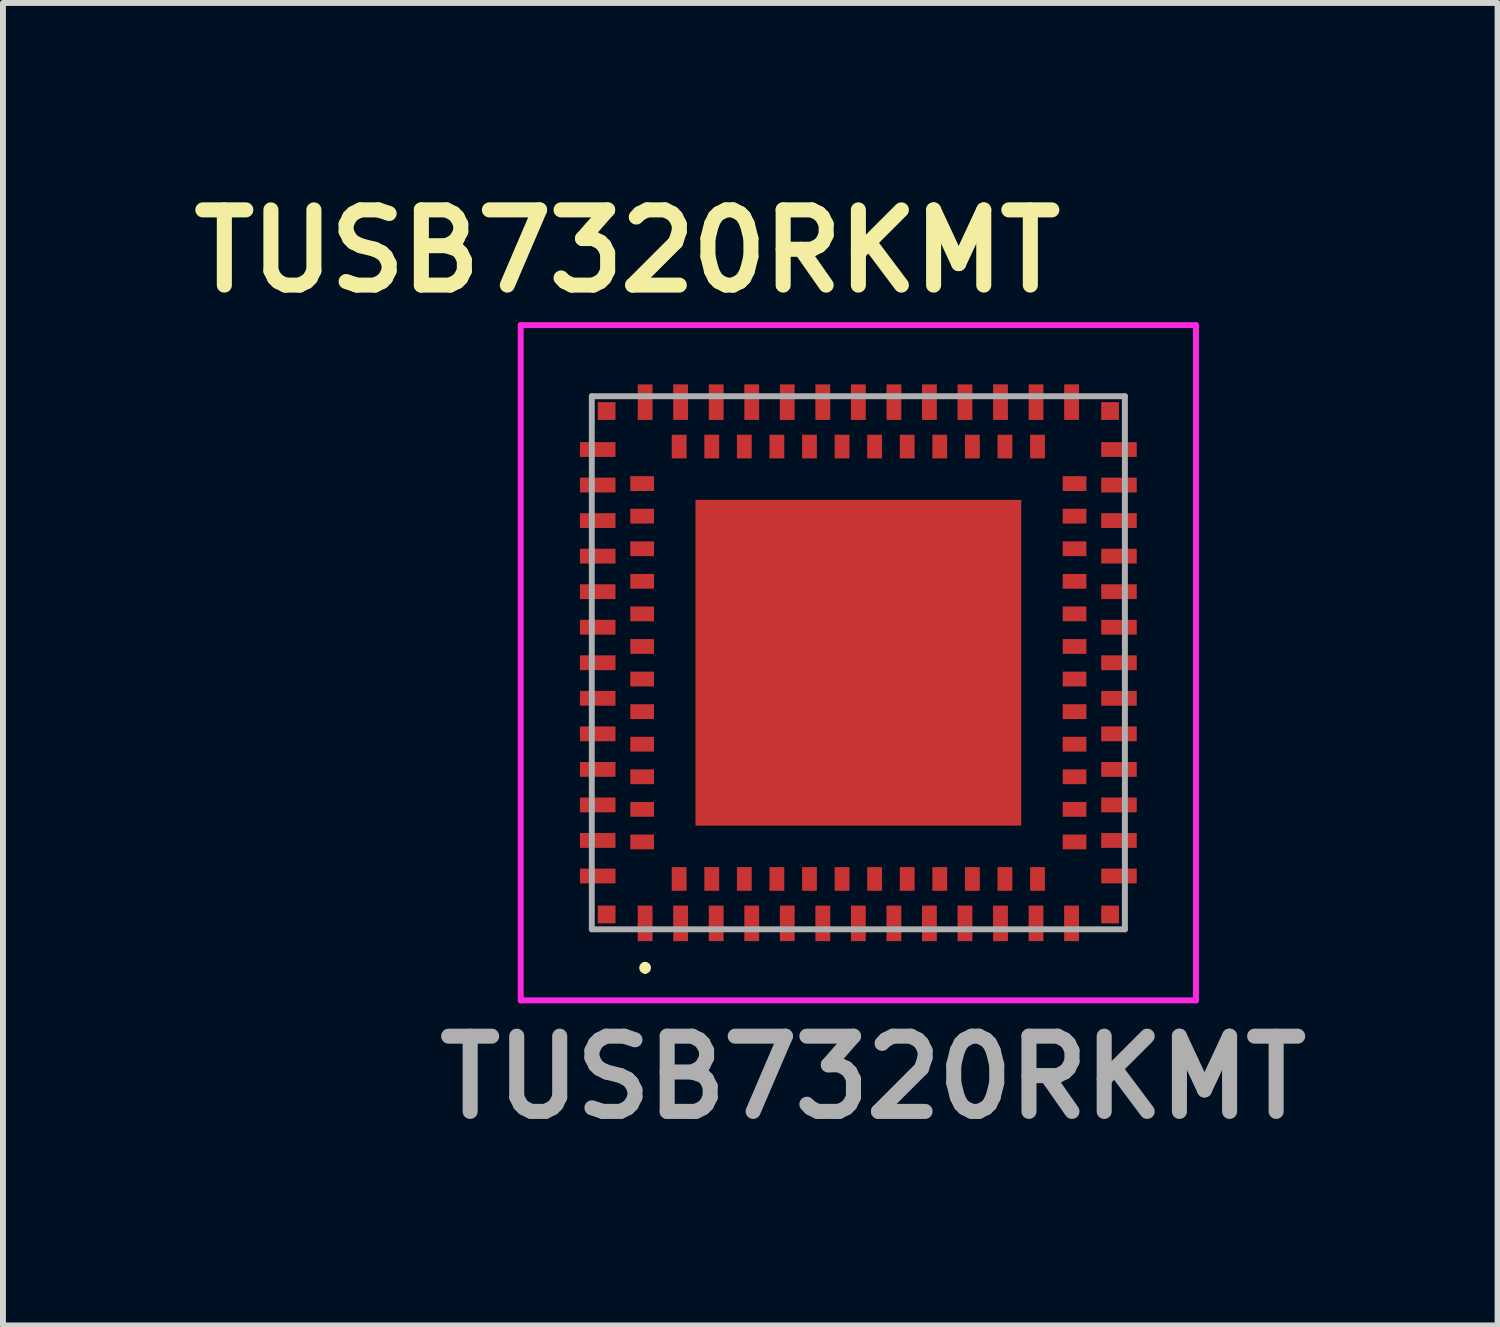
<source format=kicad_pcb>
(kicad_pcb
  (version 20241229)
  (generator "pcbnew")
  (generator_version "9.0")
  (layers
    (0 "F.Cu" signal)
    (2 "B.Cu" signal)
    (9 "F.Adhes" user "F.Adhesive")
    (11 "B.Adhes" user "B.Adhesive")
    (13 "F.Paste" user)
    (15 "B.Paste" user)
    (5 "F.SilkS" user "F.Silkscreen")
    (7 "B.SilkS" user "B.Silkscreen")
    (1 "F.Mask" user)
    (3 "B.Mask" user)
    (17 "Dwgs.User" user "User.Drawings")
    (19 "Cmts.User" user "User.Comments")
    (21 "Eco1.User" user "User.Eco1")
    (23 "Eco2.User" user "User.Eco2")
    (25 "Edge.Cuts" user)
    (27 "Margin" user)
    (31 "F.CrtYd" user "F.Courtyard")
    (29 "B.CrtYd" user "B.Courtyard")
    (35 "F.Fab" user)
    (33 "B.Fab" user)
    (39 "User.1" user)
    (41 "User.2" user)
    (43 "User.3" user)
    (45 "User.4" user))
  (footprint "TUSB7320RKMT"
    (layer "F.Cu")
    (at 11.441 8.139)
    (property "Reference" "TUSB7320RKMT" (at -3.9 -6.95 0) (layer "F.SilkS") (effects (font (size 1.27 1.27) (thickness 0.254))))
    (attr smd)
    (fp_line (start -3.6 5.1) (end -3.6 5.1) (stroke (width 0.1) (type solid)) (layer "F.SilkS"))
    (fp_line (start -3.6 5.2) (end -3.6 5.2) (stroke (width 0.1) (type solid)) (layer "F.SilkS"))
    (fp_arc (start -3.6 5.1) (mid -3.55 5.15) (end -3.6 5.2) (stroke (width 0.1) (type solid)) (layer "F.SilkS"))
    (fp_arc (start -3.6 5.2) (mid -3.65 5.15) (end -3.6 5.1) (stroke (width 0.1) (type solid)) (layer "F.SilkS"))
    (fp_line (start -5.7 -5.7) (end 5.7 -5.7) (stroke (width 0.1) (type solid)) (layer "F.CrtYd"))
    (fp_line (start -5.7 5.7) (end -5.7 -5.7) (stroke (width 0.1) (type solid)) (layer "F.CrtYd"))
    (fp_line (start 5.7 -5.7) (end 5.7 5.7) (stroke (width 0.1) (type solid)) (layer "F.CrtYd"))
    (fp_line (start 5.7 5.7) (end -5.7 5.7) (stroke (width 0.1) (type solid)) (layer "F.CrtYd"))
    (fp_line (start -4.5 -4.5) (end 4.5 -4.5) (stroke (width 0.1) (type solid)) (layer "F.Fab"))
    (fp_line (start -4.5 4.5) (end -4.5 -4.5) (stroke (width 0.1) (type solid)) (layer "F.Fab"))
    (fp_line (start 4.5 -4.5) (end 4.5 4.5) (stroke (width 0.1) (type solid)) (layer "F.Fab"))
    (fp_line (start 4.5 4.5) (end -4.5 4.5) (stroke (width 0.1) (type solid)) (layer "F.Fab"))
    (fp_text user "${REFERENCE}" (at 0.25 7 0) (layer "F.Fab") (effects (font (size 1.27 1.27) (thickness 0.254))))
    (pad "1" smd rect (at 0 0) (size 5.5 5.5) (layers "F.Cu" "F.Mask" "F.Paste"))
    (pad "A1" smd rect (at -3.6 4.4) (size 0.25 0.6) (layers "F.Cu" "F.Mask" "F.Paste"))
    (pad "A2" smd rect (at -3 4.4) (size 0.25 0.6) (layers "F.Cu" "F.Mask" "F.Paste"))
    (pad "A3" smd rect (at -2.4 4.4) (size 0.25 0.6) (layers "F.Cu" "F.Mask" "F.Paste"))
    (pad "A4" smd rect (at -1.8 4.4) (size 0.25 0.6) (layers "F.Cu" "F.Mask" "F.Paste"))
    (pad "A5" smd rect (at -1.2 4.4) (size 0.25 0.6) (layers "F.Cu" "F.Mask" "F.Paste"))
    (pad "A6" smd rect (at -0.6 4.4) (size 0.25 0.6) (layers "F.Cu" "F.Mask" "F.Paste"))
    (pad "A7" smd rect (at 0 4.4) (size 0.25 0.6) (layers "F.Cu" "F.Mask" "F.Paste"))
    (pad "A8" smd rect (at 0.6 4.4) (size 0.25 0.6) (layers "F.Cu" "F.Mask" "F.Paste"))
    (pad "A9" smd rect (at 1.2 4.4) (size 0.25 0.6) (layers "F.Cu" "F.Mask" "F.Paste"))
    (pad "A10" smd rect (at 1.8 4.4) (size 0.25 0.6) (layers "F.Cu" "F.Mask" "F.Paste"))
    (pad "A11" smd rect (at 2.4 4.4) (size 0.25 0.6) (layers "F.Cu" "F.Mask" "F.Paste"))
    (pad "A12" smd rect (at 3 4.4) (size 0.25 0.6) (layers "F.Cu" "F.Mask" "F.Paste"))
    (pad "A13" smd rect (at 3.6 4.4) (size 0.25 0.6) (layers "F.Cu" "F.Mask" "F.Paste"))
    (pad "A14" smd rect (at 4.4 3.6 90) (size 0.25 0.6) (layers "F.Cu" "F.Mask" "F.Paste"))
    (pad "A15" smd rect (at 4.4 3 90) (size 0.25 0.6) (layers "F.Cu" "F.Mask" "F.Paste"))
    (pad "A16" smd rect (at 4.4 2.4 90) (size 0.25 0.6) (layers "F.Cu" "F.Mask" "F.Paste"))
    (pad "A17" smd rect (at 4.4 1.8 90) (size 0.25 0.6) (layers "F.Cu" "F.Mask" "F.Paste"))
    (pad "A18" smd rect (at 4.4 1.2 90) (size 0.25 0.6) (layers "F.Cu" "F.Mask" "F.Paste"))
    (pad "A19" smd rect (at 4.4 0.6 90) (size 0.25 0.6) (layers "F.Cu" "F.Mask" "F.Paste"))
    (pad "A20" smd rect (at 4.4 0 90) (size 0.25 0.6) (layers "F.Cu" "F.Mask" "F.Paste"))
    (pad "A21" smd rect (at 4.4 -0.6 90) (size 0.25 0.6) (layers "F.Cu" "F.Mask" "F.Paste"))
    (pad "A22" smd rect (at 4.4 -1.2 90) (size 0.25 0.6) (layers "F.Cu" "F.Mask" "F.Paste"))
    (pad "A23" smd rect (at 4.4 -1.8 90) (size 0.25 0.6) (layers "F.Cu" "F.Mask" "F.Paste"))
    (pad "A24" smd rect (at 4.4 -2.4 90) (size 0.25 0.6) (layers "F.Cu" "F.Mask" "F.Paste"))
    (pad "A25" smd rect (at 4.4 -3 90) (size 0.25 0.6) (layers "F.Cu" "F.Mask" "F.Paste"))
    (pad "A26" smd rect (at 4.4 -3.6 90) (size 0.25 0.6) (layers "F.Cu" "F.Mask" "F.Paste"))
    (pad "A27" smd rect (at 3.6 -4.4) (size 0.25 0.6) (layers "F.Cu" "F.Mask" "F.Paste"))
    (pad "A28" smd rect (at 3 -4.4) (size 0.25 0.6) (layers "F.Cu" "F.Mask" "F.Paste"))
    (pad "A29" smd rect (at 2.4 -4.4) (size 0.25 0.6) (layers "F.Cu" "F.Mask" "F.Paste"))
    (pad "A30" smd rect (at 1.8 -4.4) (size 0.25 0.6) (layers "F.Cu" "F.Mask" "F.Paste"))
    (pad "A31" smd rect (at 1.2 -4.4) (size 0.25 0.6) (layers "F.Cu" "F.Mask" "F.Paste"))
    (pad "A32" smd rect (at 0.6 -4.4) (size 0.25 0.6) (layers "F.Cu" "F.Mask" "F.Paste"))
    (pad "A33" smd rect (at 0 -4.4) (size 0.25 0.6) (layers "F.Cu" "F.Mask" "F.Paste"))
    (pad "A34" smd rect (at -0.6 -4.4) (size 0.25 0.6) (layers "F.Cu" "F.Mask" "F.Paste"))
    (pad "A35" smd rect (at -1.2 -4.4) (size 0.25 0.6) (layers "F.Cu" "F.Mask" "F.Paste"))
    (pad "A36" smd rect (at -1.8 -4.4) (size 0.25 0.6) (layers "F.Cu" "F.Mask" "F.Paste"))
    (pad "A37" smd rect (at -2.4 -4.4) (size 0.25 0.6) (layers "F.Cu" "F.Mask" "F.Paste"))
    (pad "A38" smd rect (at -3 -4.4) (size 0.25 0.6) (layers "F.Cu" "F.Mask" "F.Paste"))
    (pad "A39" smd rect (at -3.6 -4.4) (size 0.25 0.6) (layers "F.Cu" "F.Mask" "F.Paste"))
    (pad "A40" smd rect (at -4.4 -3.6 90) (size 0.25 0.6) (layers "F.Cu" "F.Mask" "F.Paste"))
    (pad "A41" smd rect (at -4.4 -3 90) (size 0.25 0.6) (layers "F.Cu" "F.Mask" "F.Paste"))
    (pad "A42" smd rect (at -4.4 -2.4 90) (size 0.25 0.6) (layers "F.Cu" "F.Mask" "F.Paste"))
    (pad "A43" smd rect (at -4.4 -1.8 90) (size 0.25 0.6) (layers "F.Cu" "F.Mask" "F.Paste"))
    (pad "A44" smd rect (at -4.4 -1.2 90) (size 0.25 0.6) (layers "F.Cu" "F.Mask" "F.Paste"))
    (pad "A45" smd rect (at -4.4 -0.6 90) (size 0.25 0.6) (layers "F.Cu" "F.Mask" "F.Paste"))
    (pad "A46" smd rect (at -4.4 0 90) (size 0.25 0.6) (layers "F.Cu" "F.Mask" "F.Paste"))
    (pad "A47" smd rect (at -4.4 0.6 90) (size 0.25 0.6) (layers "F.Cu" "F.Mask" "F.Paste"))
    (pad "A48" smd rect (at -4.4 1.2 90) (size 0.25 0.6) (layers "F.Cu" "F.Mask" "F.Paste"))
    (pad "A49" smd rect (at -4.4 1.8 90) (size 0.25 0.6) (layers "F.Cu" "F.Mask" "F.Paste"))
    (pad "A50" smd rect (at -4.4 2.4 90) (size 0.25 0.6) (layers "F.Cu" "F.Mask" "F.Paste"))
    (pad "A51" smd rect (at -4.4 3 90) (size 0.25 0.6) (layers "F.Cu" "F.Mask" "F.Paste"))
    (pad "A52" smd rect (at -4.4 3.6 90) (size 0.25 0.6) (layers "F.Cu" "F.Mask" "F.Paste"))
    (pad "B1" smd rect (at -3.025 3.65) (size 0.25 0.4) (layers "F.Cu" "F.Mask" "F.Paste"))
    (pad "B2" smd rect (at -2.475 3.65) (size 0.25 0.4) (layers "F.Cu" "F.Mask" "F.Paste"))
    (pad "B3" smd rect (at -1.925 3.65) (size 0.25 0.4) (layers "F.Cu" "F.Mask" "F.Paste"))
    (pad "B4" smd rect (at -1.375 3.65) (size 0.25 0.4) (layers "F.Cu" "F.Mask" "F.Paste"))
    (pad "B5" smd rect (at -0.825 3.65) (size 0.25 0.4) (layers "F.Cu" "F.Mask" "F.Paste"))
    (pad "B6" smd rect (at -0.275 3.65) (size 0.25 0.4) (layers "F.Cu" "F.Mask" "F.Paste"))
    (pad "B7" smd rect (at 0.275 3.65) (size 0.25 0.4) (layers "F.Cu" "F.Mask" "F.Paste"))
    (pad "B8" smd rect (at 0.825 3.65) (size 0.25 0.4) (layers "F.Cu" "F.Mask" "F.Paste"))
    (pad "B9" smd rect (at 1.375 3.65) (size 0.25 0.4) (layers "F.Cu" "F.Mask" "F.Paste"))
    (pad "B10" smd rect (at 1.925 3.65) (size 0.25 0.4) (layers "F.Cu" "F.Mask" "F.Paste"))
    (pad "B11" smd rect (at 2.475 3.65) (size 0.25 0.4) (layers "F.Cu" "F.Mask" "F.Paste"))
    (pad "B12" smd rect (at 3.025 3.65) (size 0.25 0.4) (layers "F.Cu" "F.Mask" "F.Paste"))
    (pad "B13" smd rect (at 3.65 3.025 90) (size 0.25 0.4) (layers "F.Cu" "F.Mask" "F.Paste"))
    (pad "B14" smd rect (at 3.65 2.475 90) (size 0.25 0.4) (layers "F.Cu" "F.Mask" "F.Paste"))
    (pad "B15" smd rect (at 3.65 1.925 90) (size 0.25 0.4) (layers "F.Cu" "F.Mask" "F.Paste"))
    (pad "B16" smd rect (at 3.65 1.375 90) (size 0.25 0.4) (layers "F.Cu" "F.Mask" "F.Paste"))
    (pad "B17" smd rect (at 3.65 0.825 90) (size 0.25 0.4) (layers "F.Cu" "F.Mask" "F.Paste"))
    (pad "B18" smd rect (at 3.65 0.275 90) (size 0.25 0.4) (layers "F.Cu" "F.Mask" "F.Paste"))
    (pad "B19" smd rect (at 3.65 -0.275 90) (size 0.25 0.4) (layers "F.Cu" "F.Mask" "F.Paste"))
    (pad "B20" smd rect (at 3.65 -0.825 90) (size 0.25 0.4) (layers "F.Cu" "F.Mask" "F.Paste"))
    (pad "B21" smd rect (at 3.65 -1.375 90) (size 0.25 0.4) (layers "F.Cu" "F.Mask" "F.Paste"))
    (pad "B22" smd rect (at 3.65 -1.925 90) (size 0.25 0.4) (layers "F.Cu" "F.Mask" "F.Paste"))
    (pad "B23" smd rect (at 3.65 -2.475 90) (size 0.25 0.4) (layers "F.Cu" "F.Mask" "F.Paste"))
    (pad "B24" smd rect (at 3.65 -3.025 90) (size 0.25 0.4) (layers "F.Cu" "F.Mask" "F.Paste"))
    (pad "B25" smd rect (at 3.025 -3.65) (size 0.25 0.4) (layers "F.Cu" "F.Mask" "F.Paste"))
    (pad "B26" smd rect (at 2.475 -3.65) (size 0.25 0.4) (layers "F.Cu" "F.Mask" "F.Paste"))
    (pad "B27" smd rect (at 1.925 -3.65) (size 0.25 0.4) (layers "F.Cu" "F.Mask" "F.Paste"))
    (pad "B28" smd rect (at 1.375 -3.65) (size 0.25 0.4) (layers "F.Cu" "F.Mask" "F.Paste"))
    (pad "B29" smd rect (at 0.825 -3.65) (size 0.25 0.4) (layers "F.Cu" "F.Mask" "F.Paste"))
    (pad "B30" smd rect (at 0.275 -3.65) (size 0.25 0.4) (layers "F.Cu" "F.Mask" "F.Paste"))
    (pad "B31" smd rect (at -0.275 -3.65) (size 0.25 0.4) (layers "F.Cu" "F.Mask" "F.Paste"))
    (pad "B32" smd rect (at -0.825 -3.65) (size 0.25 0.4) (layers "F.Cu" "F.Mask" "F.Paste"))
    (pad "B33" smd rect (at -1.375 -3.65) (size 0.25 0.4) (layers "F.Cu" "F.Mask" "F.Paste"))
    (pad "B34" smd rect (at -1.925 -3.65) (size 0.25 0.4) (layers "F.Cu" "F.Mask" "F.Paste"))
    (pad "B35" smd rect (at -2.475 -3.65) (size 0.25 0.4) (layers "F.Cu" "F.Mask" "F.Paste"))
    (pad "B36" smd rect (at -3.025 -3.65) (size 0.25 0.4) (layers "F.Cu" "F.Mask" "F.Paste"))
    (pad "B37" smd rect (at -3.65 -3.025 90) (size 0.25 0.4) (layers "F.Cu" "F.Mask" "F.Paste"))
    (pad "B38" smd rect (at -3.65 -2.475 90) (size 0.25 0.4) (layers "F.Cu" "F.Mask" "F.Paste"))
    (pad "B39" smd rect (at -3.65 -1.925 90) (size 0.25 0.4) (layers "F.Cu" "F.Mask" "F.Paste"))
    (pad "B40" smd rect (at -3.65 -1.375 90) (size 0.25 0.4) (layers "F.Cu" "F.Mask" "F.Paste"))
    (pad "B41" smd rect (at -3.65 -0.825 90) (size 0.25 0.4) (layers "F.Cu" "F.Mask" "F.Paste"))
    (pad "B42" smd rect (at -3.65 -0.275 90) (size 0.25 0.4) (layers "F.Cu" "F.Mask" "F.Paste"))
    (pad "B43" smd rect (at -3.65 0.275 90) (size 0.25 0.4) (layers "F.Cu" "F.Mask" "F.Paste"))
    (pad "B44" smd rect (at -3.65 0.825 90) (size 0.25 0.4) (layers "F.Cu" "F.Mask" "F.Paste"))
    (pad "B45" smd rect (at -3.65 1.375 90) (size 0.25 0.4) (layers "F.Cu" "F.Mask" "F.Paste"))
    (pad "B46" smd rect (at -3.65 1.925 90) (size 0.25 0.4) (layers "F.Cu" "F.Mask" "F.Paste"))
    (pad "B47" smd rect (at -3.65 2.475 90) (size 0.25 0.4) (layers "F.Cu" "F.Mask" "F.Paste"))
    (pad "B48" smd rect (at -3.65 3.025 90) (size 0.25 0.4) (layers "F.Cu" "F.Mask" "F.Paste"))
    (pad "C1" smd rect (at -4.25 4.25) (size 0.3 0.3) (layers "F.Cu" "F.Mask" "F.Paste"))
    (pad "C2" smd rect (at 4.25 4.25) (size 0.3 0.3) (layers "F.Cu" "F.Mask" "F.Paste"))
    (pad "C3" smd rect (at 4.25 -4.25) (size 0.3 0.3) (layers "F.Cu" "F.Mask" "F.Paste"))
    (pad "C4" smd rect (at -4.25 -4.25) (size 0.3 0.3) (layers "F.Cu" "F.Mask" "F.Paste")))
  (gr_rect
    (start -3 -3)
    (end 22.233 19.327)
    (stroke (width 0.1) (type default))
    (fill no)
    (layer "Edge.Cuts")))
</source>
